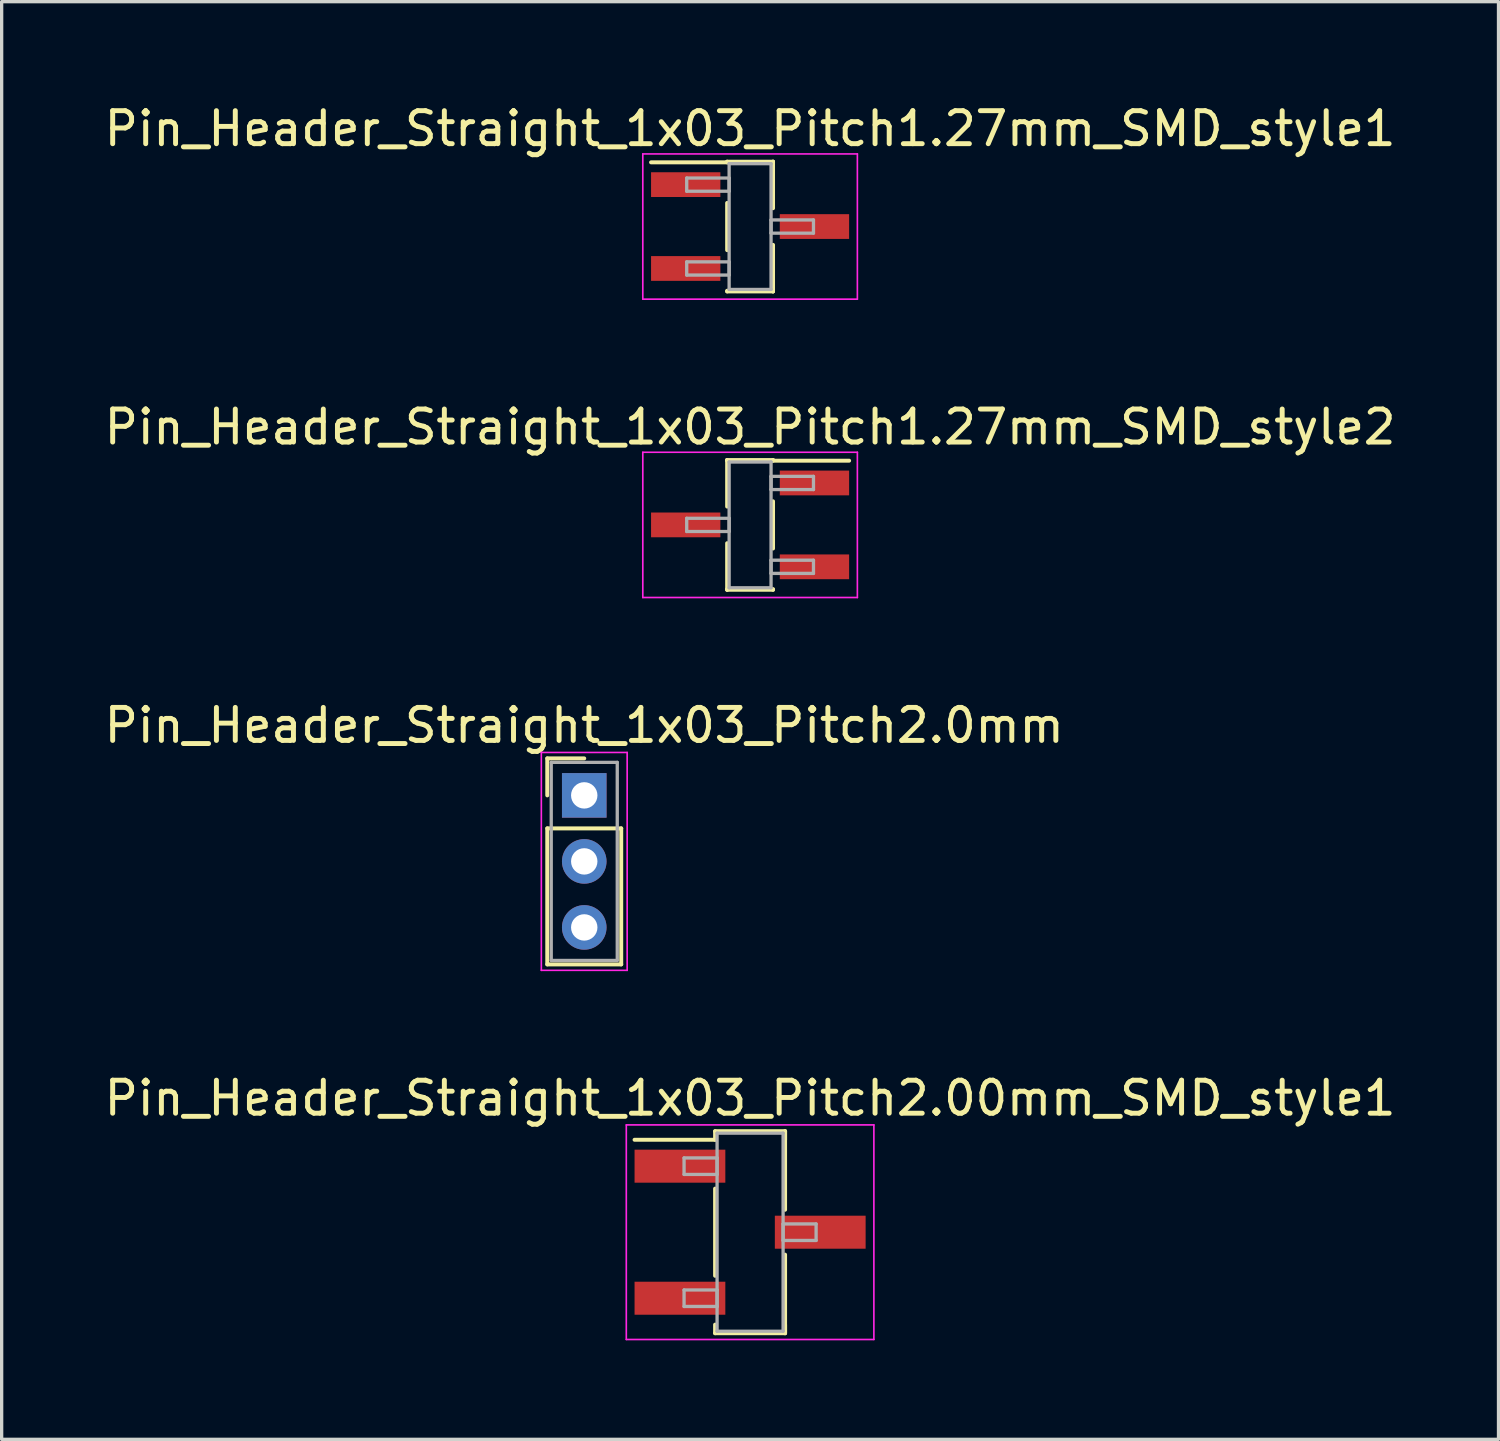
<source format=kicad_pcb>
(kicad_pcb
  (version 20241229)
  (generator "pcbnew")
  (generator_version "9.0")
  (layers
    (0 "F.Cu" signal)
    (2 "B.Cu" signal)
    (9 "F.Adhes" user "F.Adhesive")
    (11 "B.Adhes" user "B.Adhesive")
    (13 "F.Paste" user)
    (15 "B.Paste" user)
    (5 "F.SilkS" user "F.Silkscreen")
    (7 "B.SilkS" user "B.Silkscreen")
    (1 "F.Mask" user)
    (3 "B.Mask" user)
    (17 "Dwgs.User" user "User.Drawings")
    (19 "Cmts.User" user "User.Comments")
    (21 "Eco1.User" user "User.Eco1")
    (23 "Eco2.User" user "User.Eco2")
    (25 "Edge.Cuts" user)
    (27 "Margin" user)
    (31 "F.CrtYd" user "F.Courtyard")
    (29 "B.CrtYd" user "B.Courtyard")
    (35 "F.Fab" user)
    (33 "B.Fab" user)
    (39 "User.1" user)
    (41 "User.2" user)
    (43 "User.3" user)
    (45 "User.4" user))
  (footprint "Pin_Header_Straight_1x03_Pitch2.0mm"
    (layer "F.Cu")
    (at 14.649 21.045)
    (property "Reference" "Pin_Header_Straight_1x03_Pitch2.0mm" (at 0 -2.12 0) (layer "F.SilkS") (effects (font (size 1 1) (thickness 0.15))))
    (attr through_hole)
    (fp_line (start -1.12 -1.12) (end 0 -1.12) (stroke (width 0.12) (type solid)) (layer "F.SilkS"))
    (fp_line (start -1.12 0) (end -1.12 -1.12) (stroke (width 0.12) (type solid)) (layer "F.SilkS"))
    (fp_line (start -1.12 1) (end -1.12 5.12) (stroke (width 0.12) (type solid)) (layer "F.SilkS"))
    (fp_line (start -1.12 5.12) (end 1.12 5.12) (stroke (width 0.12) (type solid)) (layer "F.SilkS"))
    (fp_line (start 1.12 1) (end -1.12 1) (stroke (width 0.12) (type solid)) (layer "F.SilkS"))
    (fp_line (start 1.12 5.12) (end 1.12 1) (stroke (width 0.12) (type solid)) (layer "F.SilkS"))
    (fp_line (start -1.3 -1.3) (end -1.3 5.3) (stroke (width 0.05) (type solid)) (layer "F.CrtYd"))
    (fp_line (start -1.3 5.3) (end 1.3 5.3) (stroke (width 0.05) (type solid)) (layer "F.CrtYd"))
    (fp_line (start 1.3 -1.3) (end -1.3 -1.3) (stroke (width 0.05) (type solid)) (layer "F.CrtYd"))
    (fp_line (start 1.3 5.3) (end 1.3 -1.3) (stroke (width 0.05) (type solid)) (layer "F.CrtYd"))
    (fp_line (start -1 -1) (end -1 5) (stroke (width 0.1) (type solid)) (layer "F.Fab"))
    (fp_line (start -1 5) (end 1 5) (stroke (width 0.1) (type solid)) (layer "F.Fab"))
    (fp_line (start 1 -1) (end -1 -1) (stroke (width 0.1) (type solid)) (layer "F.Fab"))
    (fp_line (start 1 5) (end 1 -1) (stroke (width 0.1) (type solid)) (layer "F.Fab"))
    (pad "1" thru_hole rect (at 0 0) (size 1.35 1.35) (drill 0.8) (layers "*.Cu" "*.Mask"))
    (pad "2" thru_hole oval (at 0 2) (size 1.35 1.35) (drill 0.8) (layers "*.Cu" "*.Mask"))
    (pad "3" thru_hole oval (at 0 4) (size 1.35 1.35) (drill 0.8) (layers "*.Cu" "*.Mask")))
  (footprint "Pin_Header_Straight_1x03_Pitch2.00mm_SMD_style1"
    (layer "F.Cu")
    (at 19.673 34.278)
    (property "Reference" "Pin_Header_Straight_1x03_Pitch2.00mm_SMD_style1" (at 0 -4.06 0) (layer "F.SilkS") (effects (font (size 1 1) (thickness 0.15))))
    (attr smd)
    (fp_line (start -1.06 -3.06) (end 1.06 -3.06) (stroke (width 0.12) (type solid)) (layer "F.SilkS"))
    (fp_line (start -1.06 -2.8) (end -3.5 -2.8) (stroke (width 0.12) (type solid)) (layer "F.SilkS"))
    (fp_line (start -1.06 -2.8) (end -1.06 -3.06) (stroke (width 0.12) (type solid)) (layer "F.SilkS"))
    (fp_line (start -1.06 -1.32) (end -1.06 1.32) (stroke (width 0.12) (type solid)) (layer "F.SilkS"))
    (fp_line (start -1.06 2.8) (end -1.06 3.06) (stroke (width 0.12) (type solid)) (layer "F.SilkS"))
    (fp_line (start -1.06 3.06) (end 1.06 3.06) (stroke (width 0.12) (type solid)) (layer "F.SilkS"))
    (fp_line (start 1.06 -3.06) (end 1.06 -2.8) (stroke (width 0.12) (type solid)) (layer "F.SilkS"))
    (fp_line (start 1.06 -3.06) (end 1.06 -0.68) (stroke (width 0.12) (type solid)) (layer "F.SilkS"))
    (fp_line (start 1.06 0.68) (end 1.06 3.06) (stroke (width 0.12) (type solid)) (layer "F.SilkS"))
    (fp_line (start 1.06 3.06) (end 1.06 2.8) (stroke (width 0.12) (type solid)) (layer "F.SilkS"))
    (fp_line (start -3.75 -3.25) (end -3.75 3.25) (stroke (width 0.05) (type solid)) (layer "F.CrtYd"))
    (fp_line (start -3.75 3.25) (end 3.75 3.25) (stroke (width 0.05) (type solid)) (layer "F.CrtYd"))
    (fp_line (start 3.75 -3.25) (end -3.75 -3.25) (stroke (width 0.05) (type solid)) (layer "F.CrtYd"))
    (fp_line (start 3.75 3.25) (end 3.75 -3.25) (stroke (width 0.05) (type solid)) (layer "F.CrtYd"))
    (fp_line (start -2 -2.25) (end -1 -2.25) (stroke (width 0.1) (type solid)) (layer "F.Fab"))
    (fp_line (start -2 -1.75) (end -2 -2.25) (stroke (width 0.1) (type solid)) (layer "F.Fab"))
    (fp_line (start -2 1.75) (end -1 1.75) (stroke (width 0.1) (type solid)) (layer "F.Fab"))
    (fp_line (start -2 2.25) (end -2 1.75) (stroke (width 0.1) (type solid)) (layer "F.Fab"))
    (fp_line (start -1 -3) (end -1 3) (stroke (width 0.1) (type solid)) (layer "F.Fab"))
    (fp_line (start -1 -2.25) (end -1 -1.75) (stroke (width 0.1) (type solid)) (layer "F.Fab"))
    (fp_line (start -1 -1.75) (end -2 -1.75) (stroke (width 0.1) (type solid)) (layer "F.Fab"))
    (fp_line (start -1 1.75) (end -1 2.25) (stroke (width 0.1) (type solid)) (layer "F.Fab"))
    (fp_line (start -1 2.25) (end -2 2.25) (stroke (width 0.1) (type solid)) (layer "F.Fab"))
    (fp_line (start -1 3) (end 1 3) (stroke (width 0.1) (type solid)) (layer "F.Fab"))
    (fp_line (start 1 -3) (end -1 -3) (stroke (width 0.1) (type solid)) (layer "F.Fab"))
    (fp_line (start 1 -0.25) (end 1 0.25) (stroke (width 0.1) (type solid)) (layer "F.Fab"))
    (fp_line (start 1 0.25) (end 2 0.25) (stroke (width 0.1) (type solid)) (layer "F.Fab"))
    (fp_line (start 1 3) (end 1 -3) (stroke (width 0.1) (type solid)) (layer "F.Fab"))
    (fp_line (start 2 -0.25) (end 1 -0.25) (stroke (width 0.1) (type solid)) (layer "F.Fab"))
    (fp_line (start 2 0.25) (end 2 -0.25) (stroke (width 0.1) (type solid)) (layer "F.Fab"))
    (pad "1" smd rect (at -2.125 -2) (size 2.75 1) (layers "F.Cu" "F.Mask"))
    (pad "2" smd rect (at 2.125 0) (size 2.75 1) (layers "F.Cu" "F.Mask"))
    (pad "3" smd rect (at -2.125 2) (size 2.75 1) (layers "F.Cu" "F.Mask")))
  (footprint "Pin_Header_Straight_1x03_Pitch1.27mm_SMD_style1"
    (layer "F.Cu")
    (at 19.673 3.813)
    (property "Reference" "Pin_Header_Straight_1x03_Pitch1.27mm_SMD_style1" (at 0 -2.965 0) (layer "F.SilkS") (effects (font (size 1 1) (thickness 0.15))))
    (attr smd)
    (fp_line (start -0.695 -1.965) (end 0.695 -1.965) (stroke (width 0.12) (type solid)) (layer "F.SilkS"))
    (fp_line (start -0.695 -1.945) (end -3 -1.945) (stroke (width 0.12) (type solid)) (layer "F.SilkS"))
    (fp_line (start -0.695 -1.945) (end -0.695 -1.965) (stroke (width 0.12) (type solid)) (layer "F.SilkS"))
    (fp_line (start -0.695 -0.715) (end -0.695 0.715) (stroke (width 0.12) (type solid)) (layer "F.SilkS"))
    (fp_line (start -0.695 1.945) (end -0.695 1.965) (stroke (width 0.12) (type solid)) (layer "F.SilkS"))
    (fp_line (start -0.695 1.965) (end 0.695 1.965) (stroke (width 0.12) (type solid)) (layer "F.SilkS"))
    (fp_line (start 0.695 -1.965) (end 0.695 -1.945) (stroke (width 0.12) (type solid)) (layer "F.SilkS"))
    (fp_line (start 0.695 -1.965) (end 0.695 -0.555) (stroke (width 0.12) (type solid)) (layer "F.SilkS"))
    (fp_line (start 0.695 0.555) (end 0.695 1.965) (stroke (width 0.12) (type solid)) (layer "F.SilkS"))
    (fp_line (start 0.695 1.965) (end 0.695 1.945) (stroke (width 0.12) (type solid)) (layer "F.SilkS"))
    (fp_line (start -3.25 -2.2) (end -3.25 2.2) (stroke (width 0.05) (type solid)) (layer "F.CrtYd"))
    (fp_line (start -3.25 2.2) (end 3.25 2.2) (stroke (width 0.05) (type solid)) (layer "F.CrtYd"))
    (fp_line (start 3.25 -2.2) (end -3.25 -2.2) (stroke (width 0.05) (type solid)) (layer "F.CrtYd"))
    (fp_line (start 3.25 2.2) (end 3.25 -2.2) (stroke (width 0.05) (type solid)) (layer "F.CrtYd"))
    (fp_line (start -1.92 -1.47) (end -0.635 -1.47) (stroke (width 0.1) (type solid)) (layer "F.Fab"))
    (fp_line (start -1.92 -1.07) (end -1.92 -1.47) (stroke (width 0.1) (type solid)) (layer "F.Fab"))
    (fp_line (start -1.92 1.07) (end -0.635 1.07) (stroke (width 0.1) (type solid)) (layer "F.Fab"))
    (fp_line (start -1.92 1.47) (end -1.92 1.07) (stroke (width 0.1) (type solid)) (layer "F.Fab"))
    (fp_line (start -0.635 -1.905) (end -0.635 1.905) (stroke (width 0.1) (type solid)) (layer "F.Fab"))
    (fp_line (start -0.635 -1.47) (end -0.635 -1.07) (stroke (width 0.1) (type solid)) (layer "F.Fab"))
    (fp_line (start -0.635 -1.07) (end -1.92 -1.07) (stroke (width 0.1) (type solid)) (layer "F.Fab"))
    (fp_line (start -0.635 1.07) (end -0.635 1.47) (stroke (width 0.1) (type solid)) (layer "F.Fab"))
    (fp_line (start -0.635 1.47) (end -1.92 1.47) (stroke (width 0.1) (type solid)) (layer "F.Fab"))
    (fp_line (start -0.635 1.905) (end 0.635 1.905) (stroke (width 0.1) (type solid)) (layer "F.Fab"))
    (fp_line (start 0.635 -1.905) (end -0.635 -1.905) (stroke (width 0.1) (type solid)) (layer "F.Fab"))
    (fp_line (start 0.635 -0.2) (end 0.635 0.2) (stroke (width 0.1) (type solid)) (layer "F.Fab"))
    (fp_line (start 0.635 0.2) (end 1.92 0.2) (stroke (width 0.1) (type solid)) (layer "F.Fab"))
    (fp_line (start 0.635 1.905) (end 0.635 -1.905) (stroke (width 0.1) (type solid)) (layer "F.Fab"))
    (fp_line (start 1.92 -0.2) (end 0.635 -0.2) (stroke (width 0.1) (type solid)) (layer "F.Fab"))
    (fp_line (start 1.92 0.2) (end 1.92 -0.2) (stroke (width 0.1) (type solid)) (layer "F.Fab"))
    (pad "1" smd rect (at -1.95 -1.27) (size 2.1 0.75) (layers "F.Cu" "F.Mask"))
    (pad "2" smd rect (at 1.95 0) (size 2.1 0.75) (layers "F.Cu" "F.Mask"))
    (pad "3" smd rect (at -1.95 1.27) (size 2.1 0.75) (layers "F.Cu" "F.Mask")))
  (footprint "Pin_Header_Straight_1x03_Pitch1.27mm_SMD_style2"
    (layer "F.Cu")
    (at 19.673 12.851)
    (property "Reference" "Pin_Header_Straight_1x03_Pitch1.27mm_SMD_style2" (at 0 -2.965 0) (layer "F.SilkS") (effects (font (size 1 1) (thickness 0.15))))
    (attr smd)
    (fp_line (start -0.695 -1.965) (end -0.695 -0.555) (stroke (width 0.12) (type solid)) (layer "F.SilkS"))
    (fp_line (start -0.695 -1.965) (end 0.695 -1.965) (stroke (width 0.12) (type solid)) (layer "F.SilkS"))
    (fp_line (start -0.695 -1.945) (end -0.695 -1.965) (stroke (width 0.12) (type solid)) (layer "F.SilkS"))
    (fp_line (start -0.695 0.555) (end -0.695 1.965) (stroke (width 0.12) (type solid)) (layer "F.SilkS"))
    (fp_line (start -0.695 1.945) (end -0.695 1.965) (stroke (width 0.12) (type solid)) (layer "F.SilkS"))
    (fp_line (start -0.695 1.965) (end 0.695 1.965) (stroke (width 0.12) (type solid)) (layer "F.SilkS"))
    (fp_line (start 0.695 -1.965) (end 0.695 -1.945) (stroke (width 0.12) (type solid)) (layer "F.SilkS"))
    (fp_line (start 0.695 -1.945) (end 3 -1.945) (stroke (width 0.12) (type solid)) (layer "F.SilkS"))
    (fp_line (start 0.695 -0.715) (end 0.695 0.715) (stroke (width 0.12) (type solid)) (layer "F.SilkS"))
    (fp_line (start 0.695 1.965) (end 0.695 1.945) (stroke (width 0.12) (type solid)) (layer "F.SilkS"))
    (fp_line (start -3.25 -2.2) (end -3.25 2.2) (stroke (width 0.05) (type solid)) (layer "F.CrtYd"))
    (fp_line (start -3.25 2.2) (end 3.25 2.2) (stroke (width 0.05) (type solid)) (layer "F.CrtYd"))
    (fp_line (start 3.25 -2.2) (end -3.25 -2.2) (stroke (width 0.05) (type solid)) (layer "F.CrtYd"))
    (fp_line (start 3.25 2.2) (end 3.25 -2.2) (stroke (width 0.05) (type solid)) (layer "F.CrtYd"))
    (fp_line (start -1.92 -0.2) (end -0.635 -0.2) (stroke (width 0.1) (type solid)) (layer "F.Fab"))
    (fp_line (start -1.92 0.2) (end -1.92 -0.2) (stroke (width 0.1) (type solid)) (layer "F.Fab"))
    (fp_line (start -0.635 -1.905) (end -0.635 1.905) (stroke (width 0.1) (type solid)) (layer "F.Fab"))
    (fp_line (start -0.635 -0.2) (end -0.635 0.2) (stroke (width 0.1) (type solid)) (layer "F.Fab"))
    (fp_line (start -0.635 0.2) (end -1.92 0.2) (stroke (width 0.1) (type solid)) (layer "F.Fab"))
    (fp_line (start -0.635 1.905) (end 0.635 1.905) (stroke (width 0.1) (type solid)) (layer "F.Fab"))
    (fp_line (start 0.635 -1.905) (end -0.635 -1.905) (stroke (width 0.1) (type solid)) (layer "F.Fab"))
    (fp_line (start 0.635 -1.47) (end 0.635 -1.07) (stroke (width 0.1) (type solid)) (layer "F.Fab"))
    (fp_line (start 0.635 -1.07) (end 1.92 -1.07) (stroke (width 0.1) (type solid)) (layer "F.Fab"))
    (fp_line (start 0.635 1.07) (end 0.635 1.47) (stroke (width 0.1) (type solid)) (layer "F.Fab"))
    (fp_line (start 0.635 1.47) (end 1.92 1.47) (stroke (width 0.1) (type solid)) (layer "F.Fab"))
    (fp_line (start 0.635 1.905) (end 0.635 -1.905) (stroke (width 0.1) (type solid)) (layer "F.Fab"))
    (fp_line (start 1.92 -1.47) (end 0.635 -1.47) (stroke (width 0.1) (type solid)) (layer "F.Fab"))
    (fp_line (start 1.92 -1.07) (end 1.92 -1.47) (stroke (width 0.1) (type solid)) (layer "F.Fab"))
    (fp_line (start 1.92 1.07) (end 0.635 1.07) (stroke (width 0.1) (type solid)) (layer "F.Fab"))
    (fp_line (start 1.92 1.47) (end 1.92 1.07) (stroke (width 0.1) (type solid)) (layer "F.Fab"))
    (pad "1" smd rect (at 1.95 -1.27) (size 2.1 0.75) (layers "F.Cu" "F.Mask"))
    (pad "2" smd rect (at -1.95 0) (size 2.1 0.75) (layers "F.Cu" "F.Mask"))
    (pad "3" smd rect (at 1.95 1.27) (size 2.1 0.75) (layers "F.Cu" "F.Mask")))
  (gr_rect
    (start -3 -3)
    (end 42.345 40.553)
    (stroke (width 0.1) (type default))
    (fill no)
    (layer "Edge.Cuts")))
</source>
